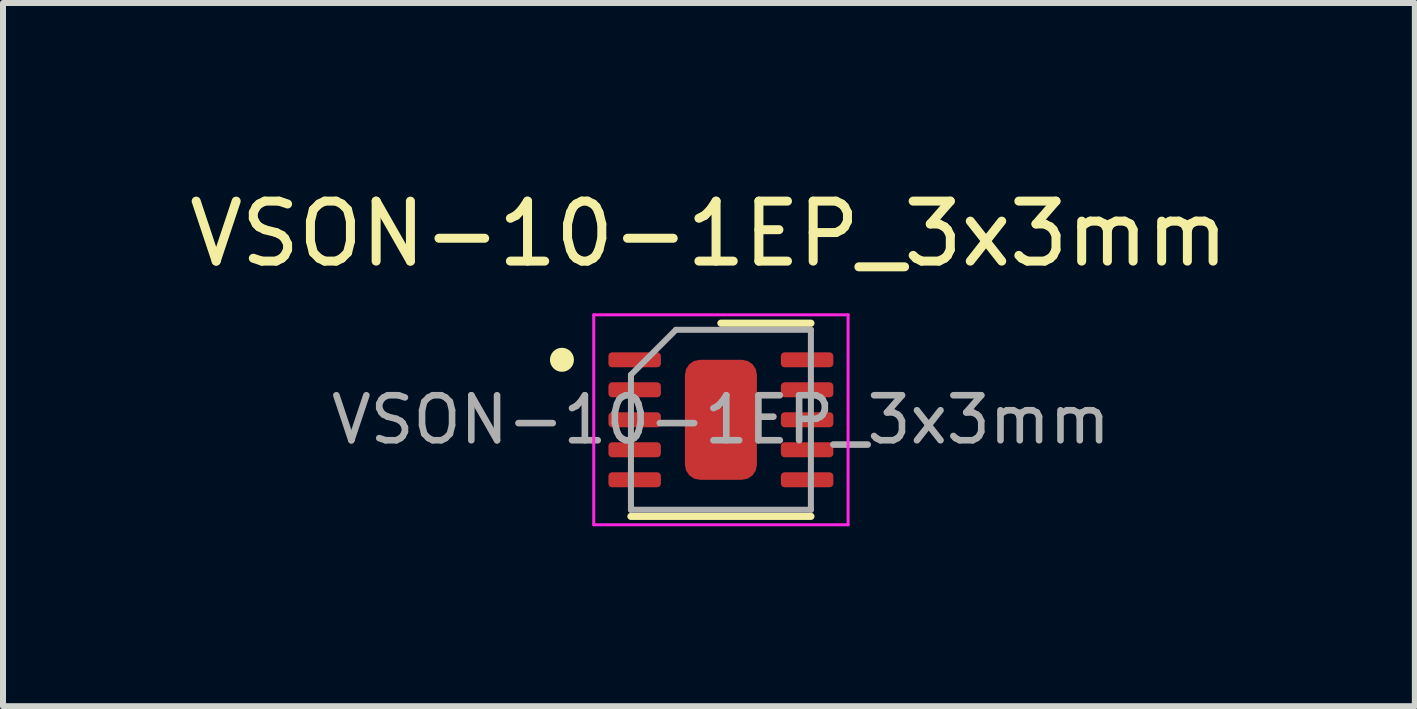
<source format=kicad_pcb>
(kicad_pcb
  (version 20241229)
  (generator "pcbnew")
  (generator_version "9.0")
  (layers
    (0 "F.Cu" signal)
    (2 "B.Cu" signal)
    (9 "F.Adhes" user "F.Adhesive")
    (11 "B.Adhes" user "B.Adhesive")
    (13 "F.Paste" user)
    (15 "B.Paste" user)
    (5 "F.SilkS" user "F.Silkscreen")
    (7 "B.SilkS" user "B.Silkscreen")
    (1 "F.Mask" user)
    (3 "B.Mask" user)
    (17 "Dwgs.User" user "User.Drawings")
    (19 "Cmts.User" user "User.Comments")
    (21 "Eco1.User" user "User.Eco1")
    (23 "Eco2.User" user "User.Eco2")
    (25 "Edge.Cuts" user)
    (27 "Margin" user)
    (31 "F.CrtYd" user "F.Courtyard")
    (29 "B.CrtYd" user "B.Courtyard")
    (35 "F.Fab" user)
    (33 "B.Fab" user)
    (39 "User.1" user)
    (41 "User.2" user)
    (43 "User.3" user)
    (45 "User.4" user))
  (footprint "VSON-10-1EP_3x3mm"
    (layer "F.Cu")
    (at 8.768 4.148)
    (property "Reference" "VSON-10-1EP_3x3mm" (at 0 -3.3 0) (layer "F.SilkS") (effects (font (size 1 1) (thickness 0.15))))
    (attr smd)
    (fp_line (start -1.3 1.41) (end 1.7 1.41) (stroke (width 0.12) (type solid)) (layer "F.SilkS"))
    (fp_line (start 0.2 -1.81) (end 1.7 -1.81) (stroke (width 0.12) (type solid)) (layer "F.SilkS"))
    (fp_circle (center -2.45 -1.2) (end -2.35 -1.2) (stroke (width 0.2) (type solid)) (fill no) (layer "F.SilkS"))
    (fp_line (start -1.92 -1.95) (end -1.92 1.55) (stroke (width 0.05) (type solid)) (layer "F.CrtYd"))
    (fp_line (start -1.92 1.55) (end 2.32 1.55) (stroke (width 0.05) (type solid)) (layer "F.CrtYd"))
    (fp_line (start 2.32 -1.95) (end -1.92 -1.95) (stroke (width 0.05) (type solid)) (layer "F.CrtYd"))
    (fp_line (start 2.32 1.55) (end 2.32 -1.95) (stroke (width 0.05) (type solid)) (layer "F.CrtYd"))
    (fp_line (start -1.3 -0.95) (end -0.55 -1.7) (stroke (width 0.1) (type solid)) (layer "F.Fab"))
    (fp_line (start -1.3 1.3) (end -1.3 -0.95) (stroke (width 0.1) (type solid)) (layer "F.Fab"))
    (fp_line (start -0.55 -1.7) (end 1.7 -1.7) (stroke (width 0.1) (type solid)) (layer "F.Fab"))
    (fp_line (start 1.7 -1.7) (end 1.7 1.3) (stroke (width 0.1) (type solid)) (layer "F.Fab"))
    (fp_line (start 1.7 1.3) (end -1.3 1.3) (stroke (width 0.1) (type solid)) (layer "F.Fab"))
    (fp_text user "${REFERENCE}" (at 0.2 -0.2 0) (layer "F.Fab") (effects (font (size 0.75 0.75) (thickness 0.11))))
    (pad "" smd roundrect (at -0.1 -0.7) (size 0.48 0.81) (layers "F.Paste") (roundrect_rratio 0.25))
    (pad "" smd roundrect (at -0.1 0.3) (size 0.48 0.81) (layers "F.Paste") (roundrect_rratio 0.25))
    (pad "" smd roundrect (at 0.5 -0.7) (size 0.48 0.81) (layers "F.Paste") (roundrect_rratio 0.25))
    (pad "" smd roundrect (at 0.5 0.3) (size 0.48 0.81) (layers "F.Paste") (roundrect_rratio 0.25))
    (pad "1" smd roundrect (at -1.238 -1.2) (size 0.875 0.25) (layers "F.Cu" "F.Mask" "F.Paste") (roundrect_rratio 0.25))
    (pad "2" smd roundrect (at -1.238 -0.7) (size 0.875 0.25) (layers "F.Cu" "F.Mask" "F.Paste") (roundrect_rratio 0.25))
    (pad "3" smd roundrect (at -1.238 -0.2) (size 0.875 0.25) (layers "F.Cu" "F.Mask" "F.Paste") (roundrect_rratio 0.25))
    (pad "4" smd roundrect (at -1.238 0.3) (size 0.875 0.25) (layers "F.Cu" "F.Mask" "F.Paste") (roundrect_rratio 0.25))
    (pad "5" smd roundrect (at -1.238 0.8) (size 0.875 0.25) (layers "F.Cu" "F.Mask" "F.Paste") (roundrect_rratio 0.25))
    (pad "6" smd roundrect (at 1.637 0.8) (size 0.875 0.25) (layers "F.Cu" "F.Mask" "F.Paste") (roundrect_rratio 0.25))
    (pad "7" smd roundrect (at 1.637 0.3) (size 0.875 0.25) (layers "F.Cu" "F.Mask" "F.Paste") (roundrect_rratio 0.25))
    (pad "8" smd roundrect (at 1.637 -0.2) (size 0.875 0.25) (layers "F.Cu" "F.Mask" "F.Paste") (roundrect_rratio 0.25))
    (pad "9" smd roundrect (at 1.637 -0.7) (size 0.875 0.25) (layers "F.Cu" "F.Mask" "F.Paste") (roundrect_rratio 0.25))
    (pad "10" smd roundrect (at 1.637 -1.2) (size 0.875 0.25) (layers "F.Cu" "F.Mask" "F.Paste") (roundrect_rratio 0.25))
    (pad "11" smd roundrect (at 0.2 -0.2) (size 1.2 2) (layers "F.Cu" "F.Mask") (roundrect_rratio 0.208)))
  (gr_rect
    (start -3 -3)
    (end 20.536 8.723)
    (stroke (width 0.1) (type default))
    (fill no)
    (layer "Edge.Cuts")))
</source>
